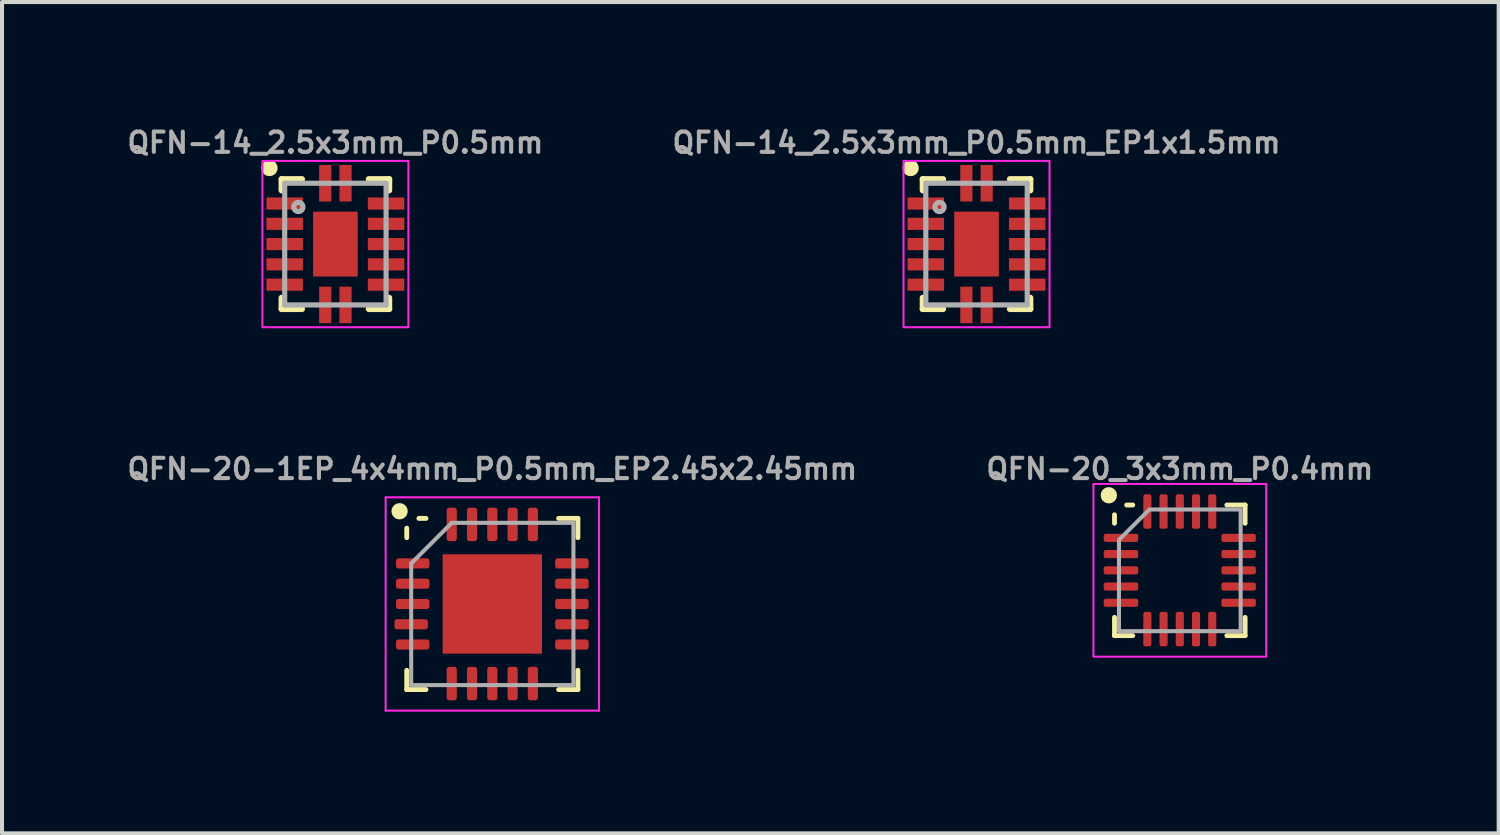
<source format=kicad_pcb>
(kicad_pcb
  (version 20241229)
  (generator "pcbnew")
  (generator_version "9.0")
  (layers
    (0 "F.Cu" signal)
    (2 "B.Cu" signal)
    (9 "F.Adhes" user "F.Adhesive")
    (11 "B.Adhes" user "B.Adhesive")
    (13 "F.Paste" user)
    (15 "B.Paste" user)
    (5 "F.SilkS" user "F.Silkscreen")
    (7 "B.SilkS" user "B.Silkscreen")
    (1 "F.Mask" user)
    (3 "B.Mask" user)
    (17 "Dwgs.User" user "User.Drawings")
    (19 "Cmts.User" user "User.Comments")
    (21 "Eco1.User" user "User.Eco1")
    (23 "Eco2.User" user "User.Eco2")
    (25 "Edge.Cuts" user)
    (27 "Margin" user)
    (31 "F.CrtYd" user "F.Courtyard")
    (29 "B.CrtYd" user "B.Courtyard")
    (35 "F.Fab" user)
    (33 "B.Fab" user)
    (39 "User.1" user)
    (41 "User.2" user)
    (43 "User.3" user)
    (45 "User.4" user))
  (footprint "QFN-14_2.5x3mm_P0.5mm_EP1x1.5mm"
    (layer "F.Cu")
    (at 21.026 2.968)
    (property "Reference" "QFN-14_2.5x3mm_P0.5mm_EP1x1.5mm" (at 0 -2.5 0) (layer "F.Fab") (effects (font (size 0.5 0.5) (thickness 0.1) (bold yes))))
    (attr smd)
    (fp_line (start -1.325 -1.6) (end -0.825 -1.6) (stroke (width 0.152) (type solid)) (layer "F.SilkS"))
    (fp_line (start -1.325 -1.325) (end -1.325 -1.6) (stroke (width 0.152) (type solid)) (layer "F.SilkS"))
    (fp_line (start -1.325 1.6) (end -1.325 1.325) (stroke (width 0.152) (type solid)) (layer "F.SilkS"))
    (fp_line (start -0.825 1.6) (end -1.325 1.6) (stroke (width 0.152) (type solid)) (layer "F.SilkS"))
    (fp_line (start 0.825 -1.6) (end 1.325 -1.6) (stroke (width 0.152) (type solid)) (layer "F.SilkS"))
    (fp_line (start 1.325 -1.6) (end 1.325 -1.325) (stroke (width 0.152) (type solid)) (layer "F.SilkS"))
    (fp_line (start 1.325 1.325) (end 1.325 1.6) (stroke (width 0.152) (type solid)) (layer "F.SilkS"))
    (fp_line (start 1.325 1.6) (end 0.825 1.6) (stroke (width 0.152) (type solid)) (layer "F.SilkS"))
    (fp_circle (center -1.625 -1.875) (end -1.725 -1.875) (stroke (width 0.2) (type solid)) (fill yes) (layer "F.SilkS"))
    (fp_poly (pts (xy -0.825 -0.875) (xy -0.825 -1.125) (xy -1.675 -1.125) (xy -1.675 -0.875)) (stroke (width 0) (type default)) (fill yes) (layer "F.Paste"))
    (fp_poly (pts (xy -0.825 -0.375) (xy -0.825 -0.625) (xy -1.675 -0.625) (xy -1.675 -0.375)) (stroke (width 0) (type default)) (fill yes) (layer "F.Paste"))
    (fp_poly (pts (xy -0.825 0.125) (xy -0.825 -0.125) (xy -1.675 -0.125) (xy -1.675 0.125)) (stroke (width 0) (type default)) (fill yes) (layer "F.Paste"))
    (fp_poly (pts (xy -0.825 0.625) (xy -0.825 0.375) (xy -1.675 0.375) (xy -1.675 0.625)) (stroke (width 0) (type default)) (fill yes) (layer "F.Paste"))
    (fp_poly (pts (xy -0.825 1.125) (xy -0.825 0.875) (xy -1.675 0.875) (xy -1.675 1.125)) (stroke (width 0) (type default)) (fill yes) (layer "F.Paste"))
    (fp_poly (pts (xy -0.2 -0.25) (xy -0.2 -0.7) (xy -0.45 -0.7) (xy -0.45 -0.25)) (stroke (width 0) (type default)) (fill yes) (layer "F.Paste"))
    (fp_poly (pts (xy -0.2 0.7) (xy -0.2 0.25) (xy -0.45 0.25) (xy -0.45 0.7)) (stroke (width 0) (type default)) (fill yes) (layer "F.Paste"))
    (fp_poly (pts (xy -0.125 -1.925) (xy -0.375 -1.925) (xy -0.375 -1.075) (xy -0.125 -1.075)) (stroke (width 0) (type default)) (fill yes) (layer "F.Paste"))
    (fp_poly (pts (xy -0.125 1.075) (xy -0.375 1.075) (xy -0.375 1.925) (xy -0.125 1.925)) (stroke (width 0) (type default)) (fill yes) (layer "F.Paste"))
    (fp_poly (pts (xy 0.375 -1.925) (xy 0.125 -1.925) (xy 0.125 -1.075) (xy 0.375 -1.075)) (stroke (width 0) (type default)) (fill yes) (layer "F.Paste"))
    (fp_poly (pts (xy 0.375 1.075) (xy 0.125 1.075) (xy 0.125 1.925) (xy 0.375 1.925)) (stroke (width 0) (type default)) (fill yes) (layer "F.Paste"))
    (fp_poly (pts (xy 0.45 -0.25) (xy 0.45 -0.7) (xy 0.2 -0.7) (xy 0.2 -0.25)) (stroke (width 0) (type default)) (fill yes) (layer "F.Paste"))
    (fp_poly (pts (xy 0.45 0.7) (xy 0.45 0.25) (xy 0.2 0.25) (xy 0.2 0.7)) (stroke (width 0) (type default)) (fill yes) (layer "F.Paste"))
    (fp_poly (pts (xy 0.825 -1.125) (xy 0.825 -0.875) (xy 1.675 -0.875) (xy 1.675 -1.125)) (stroke (width 0) (type default)) (fill yes) (layer "F.Paste"))
    (fp_poly (pts (xy 0.825 -0.625) (xy 0.825 -0.375) (xy 1.675 -0.375) (xy 1.675 -0.625)) (stroke (width 0) (type default)) (fill yes) (layer "F.Paste"))
    (fp_poly (pts (xy 0.825 -0.125) (xy 0.825 0.125) (xy 1.675 0.125) (xy 1.675 -0.125)) (stroke (width 0) (type default)) (fill yes) (layer "F.Paste"))
    (fp_poly (pts (xy 0.825 0.375) (xy 0.825 0.625) (xy 1.675 0.625) (xy 1.675 0.375)) (stroke (width 0) (type default)) (fill yes) (layer "F.Paste"))
    (fp_poly (pts (xy 0.825 0.875) (xy 0.825 1.125) (xy 1.675 1.125) (xy 1.675 0.875)) (stroke (width 0) (type default)) (fill yes) (layer "F.Paste"))
    (fp_rect (start -1.8 -2.05) (end 1.8 2.05) (stroke (width 0.05) (type default)) (fill no) (layer "F.CrtYd"))
    (fp_line (start -1.25 1.5) (end -1.25 -1.5) (stroke (width 0.127) (type solid)) (layer "F.Fab"))
    (fp_line (start -1.25 1.5) (end 1.25 1.5) (stroke (width 0.127) (type solid)) (layer "F.Fab"))
    (fp_line (start 1.25 -1.5) (end -1.25 -1.5) (stroke (width 0.127) (type solid)) (layer "F.Fab"))
    (fp_line (start 1.25 -1.5) (end 1.25 1.5) (stroke (width 0.127) (type solid)) (layer "F.Fab"))
    (fp_circle (center -0.913 -0.915) (end -0.863 -0.915) (stroke (width 0.127) (type solid)) (fill no) (layer "F.Fab"))
    (pad "1" smd rect (at -0.25 -1.5 270) (size 0.9 0.3) (layers "F.Cu" "F.Mask"))
    (pad "2" smd rect (at -1.25 -1 180) (size 0.9 0.3) (layers "F.Cu" "F.Mask"))
    (pad "3" smd rect (at -1.25 -0.5 180) (size 0.9 0.3) (layers "F.Cu" "F.Mask"))
    (pad "4" smd rect (at -1.25 0 180) (size 0.9 0.3) (layers "F.Cu" "F.Mask"))
    (pad "5" smd rect (at -1.25 0.5 180) (size 0.9 0.3) (layers "F.Cu" "F.Mask"))
    (pad "6" smd rect (at -1.25 1 180) (size 0.9 0.3) (layers "F.Cu" "F.Mask"))
    (pad "7" smd rect (at -0.25 1.5 90) (size 0.9 0.3) (layers "F.Cu" "F.Mask"))
    (pad "8" smd rect (at 0.25 1.5 90) (size 0.9 0.3) (layers "F.Cu" "F.Mask"))
    (pad "9" smd rect (at 1.25 1) (size 0.9 0.3) (layers "F.Cu" "F.Mask"))
    (pad "10" smd rect (at 1.25 0.5) (size 0.9 0.3) (layers "F.Cu" "F.Mask"))
    (pad "11" smd rect (at 1.25 0) (size 0.9 0.3) (layers "F.Cu" "F.Mask"))
    (pad "12" smd rect (at 1.25 -0.5) (size 0.9 0.3) (layers "F.Cu" "F.Mask"))
    (pad "13" smd rect (at 1.25 -1) (size 0.9 0.3) (layers "F.Cu" "F.Mask"))
    (pad "14" smd rect (at 0.25 -1.5 270) (size 0.9 0.3) (layers "F.Cu" "F.Mask"))
    (pad "EP" smd rect (at 0 0) (size 1.1 1.6) (layers "F.Cu" "F.Mask")))
  (footprint "QFN-20_3x3mm_P0.4mm"
    (layer "F.Cu")
    (at 26.038 11.011)
    (property "Reference" "QFN-20_3x3mm_P0.4mm" (at 0 -2.5 0) (unlocked yes) (layer "F.Fab") (effects (font (size 0.5 0.5) (thickness 0.1) (bold yes))))
    (attr smd)
    (fp_line (start -1.61 -1.16) (end -1.61 -1.37) (stroke (width 0.12) (type solid)) (layer "F.SilkS"))
    (fp_line (start -1.61 1.61) (end -1.61 1.16) (stroke (width 0.12) (type solid)) (layer "F.SilkS"))
    (fp_line (start -1.16 -1.61) (end -1.31 -1.61) (stroke (width 0.12) (type solid)) (layer "F.SilkS"))
    (fp_line (start -1.16 1.61) (end -1.61 1.61) (stroke (width 0.12) (type solid)) (layer "F.SilkS"))
    (fp_line (start 1.16 -1.61) (end 1.61 -1.61) (stroke (width 0.12) (type solid)) (layer "F.SilkS"))
    (fp_line (start 1.16 1.61) (end 1.61 1.61) (stroke (width 0.12) (type solid)) (layer "F.SilkS"))
    (fp_line (start 1.61 -1.61) (end 1.61 -1.16) (stroke (width 0.12) (type solid)) (layer "F.SilkS"))
    (fp_line (start 1.61 1.61) (end 1.61 1.16) (stroke (width 0.12) (type solid)) (layer "F.SilkS"))
    (fp_circle (center -1.75 -1.85) (end -1.85 -1.85) (stroke (width 0.2) (type solid)) (fill yes) (layer "F.SilkS"))
    (fp_rect (start -2.13 -2.13) (end 2.13 2.13) (stroke (width 0.05) (type solid)) (fill no) (layer "F.CrtYd"))
    (fp_poly (pts (xy -1.5 -0.75) (xy -1.5 1.5) (xy 1.5 1.5) (xy 1.5 -1.5) (xy -0.75 -1.5)) (stroke (width 0.1) (type solid)) (fill no) (layer "F.Fab"))
    (pad "1" smd roundrect (at -1.45 -0.8) (size 0.85 0.2) (layers "F.Cu" "F.Mask" "F.Paste") (roundrect_rratio 0.25))
    (pad "2" smd roundrect (at -1.45 -0.4) (size 0.85 0.2) (layers "F.Cu" "F.Mask" "F.Paste") (roundrect_rratio 0.25))
    (pad "3" smd roundrect (at -1.45 0) (size 0.85 0.2) (layers "F.Cu" "F.Mask" "F.Paste") (roundrect_rratio 0.25))
    (pad "4" smd roundrect (at -1.45 0.4) (size 0.85 0.2) (layers "F.Cu" "F.Mask" "F.Paste") (roundrect_rratio 0.25))
    (pad "5" smd roundrect (at -1.45 0.8) (size 0.85 0.2) (layers "F.Cu" "F.Mask" "F.Paste") (roundrect_rratio 0.25))
    (pad "6" smd roundrect (at -0.8 1.45) (size 0.2 0.85) (layers "F.Cu" "F.Mask" "F.Paste") (roundrect_rratio 0.25))
    (pad "7" smd roundrect (at -0.4 1.45) (size 0.2 0.85) (layers "F.Cu" "F.Mask" "F.Paste") (roundrect_rratio 0.25))
    (pad "8" smd roundrect (at 0 1.45) (size 0.2 0.85) (layers "F.Cu" "F.Mask" "F.Paste") (roundrect_rratio 0.25))
    (pad "9" smd roundrect (at 0.4 1.45) (size 0.2 0.85) (layers "F.Cu" "F.Mask" "F.Paste") (roundrect_rratio 0.25))
    (pad "10" smd roundrect (at 0.8 1.45) (size 0.2 0.85) (layers "F.Cu" "F.Mask" "F.Paste") (roundrect_rratio 0.25))
    (pad "11" smd roundrect (at 1.45 0.8) (size 0.85 0.2) (layers "F.Cu" "F.Mask" "F.Paste") (roundrect_rratio 0.25))
    (pad "12" smd roundrect (at 1.45 0.4) (size 0.85 0.2) (layers "F.Cu" "F.Mask" "F.Paste") (roundrect_rratio 0.25))
    (pad "13" smd roundrect (at 1.45 0) (size 0.85 0.2) (layers "F.Cu" "F.Mask" "F.Paste") (roundrect_rratio 0.25))
    (pad "14" smd roundrect (at 1.45 -0.4) (size 0.85 0.2) (layers "F.Cu" "F.Mask" "F.Paste") (roundrect_rratio 0.25))
    (pad "15" smd roundrect (at 1.45 -0.8) (size 0.85 0.2) (layers "F.Cu" "F.Mask" "F.Paste") (roundrect_rratio 0.25))
    (pad "16" smd roundrect (at 0.8 -1.45) (size 0.2 0.85) (layers "F.Cu" "F.Mask" "F.Paste") (roundrect_rratio 0.25))
    (pad "17" smd roundrect (at 0.4 -1.45) (size 0.2 0.85) (layers "F.Cu" "F.Mask" "F.Paste") (roundrect_rratio 0.25))
    (pad "18" smd roundrect (at 0 -1.45) (size 0.2 0.85) (layers "F.Cu" "F.Mask" "F.Paste") (roundrect_rratio 0.25))
    (pad "19" smd roundrect (at -0.4 -1.45) (size 0.2 0.85) (layers "F.Cu" "F.Mask" "F.Paste") (roundrect_rratio 0.25))
    (pad "20" smd roundrect (at -0.8 -1.45) (size 0.2 0.85) (layers "F.Cu" "F.Mask" "F.Paste") (roundrect_rratio 0.25)))
  (footprint "QFN-14_2.5x3mm_P0.5mm"
    (layer "F.Cu")
    (at 5.219 2.968)
    (property "Reference" "QFN-14_2.5x3mm_P0.5mm" (at 0 -2.5 0) (layer "F.Fab") (effects (font (size 0.5 0.5) (thickness 0.1) (bold yes))))
    (attr smd)
    (fp_line (start -1.325 -1.6) (end -0.825 -1.6) (stroke (width 0.152) (type solid)) (layer "F.SilkS"))
    (fp_line (start -1.325 -1.325) (end -1.325 -1.6) (stroke (width 0.152) (type solid)) (layer "F.SilkS"))
    (fp_line (start -1.325 1.6) (end -1.325 1.325) (stroke (width 0.152) (type solid)) (layer "F.SilkS"))
    (fp_line (start -0.825 1.6) (end -1.325 1.6) (stroke (width 0.152) (type solid)) (layer "F.SilkS"))
    (fp_line (start 0.825 -1.6) (end 1.325 -1.6) (stroke (width 0.152) (type solid)) (layer "F.SilkS"))
    (fp_line (start 1.325 -1.6) (end 1.325 -1.325) (stroke (width 0.152) (type solid)) (layer "F.SilkS"))
    (fp_line (start 1.325 1.325) (end 1.325 1.6) (stroke (width 0.152) (type solid)) (layer "F.SilkS"))
    (fp_line (start 1.325 1.6) (end 0.825 1.6) (stroke (width 0.152) (type solid)) (layer "F.SilkS"))
    (fp_circle (center -1.625 -1.875) (end -1.725 -1.875) (stroke (width 0.2) (type solid)) (fill yes) (layer "F.SilkS"))
    (fp_poly (pts (xy -0.825 -0.875) (xy -0.825 -1.125) (xy -1.675 -1.125) (xy -1.675 -0.875)) (stroke (width 0) (type default)) (fill yes) (layer "F.Paste"))
    (fp_poly (pts (xy -0.825 -0.375) (xy -0.825 -0.625) (xy -1.675 -0.625) (xy -1.675 -0.375)) (stroke (width 0) (type default)) (fill yes) (layer "F.Paste"))
    (fp_poly (pts (xy -0.825 0.125) (xy -0.825 -0.125) (xy -1.675 -0.125) (xy -1.675 0.125)) (stroke (width 0) (type default)) (fill yes) (layer "F.Paste"))
    (fp_poly (pts (xy -0.825 0.625) (xy -0.825 0.375) (xy -1.675 0.375) (xy -1.675 0.625)) (stroke (width 0) (type default)) (fill yes) (layer "F.Paste"))
    (fp_poly (pts (xy -0.825 1.125) (xy -0.825 0.875) (xy -1.675 0.875) (xy -1.675 1.125)) (stroke (width 0) (type default)) (fill yes) (layer "F.Paste"))
    (fp_poly (pts (xy -0.2 -0.25) (xy -0.2 -0.7) (xy -0.45 -0.7) (xy -0.45 -0.25)) (stroke (width 0) (type default)) (fill yes) (layer "F.Paste"))
    (fp_poly (pts (xy -0.2 0.7) (xy -0.2 0.25) (xy -0.45 0.25) (xy -0.45 0.7)) (stroke (width 0) (type default)) (fill yes) (layer "F.Paste"))
    (fp_poly (pts (xy -0.125 -1.925) (xy -0.375 -1.925) (xy -0.375 -1.075) (xy -0.125 -1.075)) (stroke (width 0) (type default)) (fill yes) (layer "F.Paste"))
    (fp_poly (pts (xy -0.125 1.075) (xy -0.375 1.075) (xy -0.375 1.925) (xy -0.125 1.925)) (stroke (width 0) (type default)) (fill yes) (layer "F.Paste"))
    (fp_poly (pts (xy 0.375 -1.925) (xy 0.125 -1.925) (xy 0.125 -1.075) (xy 0.375 -1.075)) (stroke (width 0) (type default)) (fill yes) (layer "F.Paste"))
    (fp_poly (pts (xy 0.375 1.075) (xy 0.125 1.075) (xy 0.125 1.925) (xy 0.375 1.925)) (stroke (width 0) (type default)) (fill yes) (layer "F.Paste"))
    (fp_poly (pts (xy 0.45 -0.25) (xy 0.45 -0.7) (xy 0.2 -0.7) (xy 0.2 -0.25)) (stroke (width 0) (type default)) (fill yes) (layer "F.Paste"))
    (fp_poly (pts (xy 0.45 0.7) (xy 0.45 0.25) (xy 0.2 0.25) (xy 0.2 0.7)) (stroke (width 0) (type default)) (fill yes) (layer "F.Paste"))
    (fp_poly (pts (xy 0.825 -1.125) (xy 0.825 -0.875) (xy 1.675 -0.875) (xy 1.675 -1.125)) (stroke (width 0) (type default)) (fill yes) (layer "F.Paste"))
    (fp_poly (pts (xy 0.825 -0.625) (xy 0.825 -0.375) (xy 1.675 -0.375) (xy 1.675 -0.625)) (stroke (width 0) (type default)) (fill yes) (layer "F.Paste"))
    (fp_poly (pts (xy 0.825 -0.125) (xy 0.825 0.125) (xy 1.675 0.125) (xy 1.675 -0.125)) (stroke (width 0) (type default)) (fill yes) (layer "F.Paste"))
    (fp_poly (pts (xy 0.825 0.375) (xy 0.825 0.625) (xy 1.675 0.625) (xy 1.675 0.375)) (stroke (width 0) (type default)) (fill yes) (layer "F.Paste"))
    (fp_poly (pts (xy 0.825 0.875) (xy 0.825 1.125) (xy 1.675 1.125) (xy 1.675 0.875)) (stroke (width 0) (type default)) (fill yes) (layer "F.Paste"))
    (fp_rect (start -1.8 -2.05) (end 1.8 2.05) (stroke (width 0.05) (type default)) (fill no) (layer "F.CrtYd"))
    (fp_line (start -1.25 1.5) (end -1.25 -1.5) (stroke (width 0.127) (type solid)) (layer "F.Fab"))
    (fp_line (start -1.25 1.5) (end 1.25 1.5) (stroke (width 0.127) (type solid)) (layer "F.Fab"))
    (fp_line (start 1.25 -1.5) (end -1.25 -1.5) (stroke (width 0.127) (type solid)) (layer "F.Fab"))
    (fp_line (start 1.25 -1.5) (end 1.25 1.5) (stroke (width 0.127) (type solid)) (layer "F.Fab"))
    (fp_circle (center -0.913 -0.915) (end -0.863 -0.915) (stroke (width 0.127) (type solid)) (fill no) (layer "F.Fab"))
    (pad "1" smd rect (at -0.25 -1.5 270) (size 0.9 0.3) (layers "F.Cu" "F.Mask"))
    (pad "2" smd rect (at -1.25 -1 180) (size 0.9 0.3) (layers "F.Cu" "F.Mask"))
    (pad "3" smd rect (at -1.25 -0.5 180) (size 0.9 0.3) (layers "F.Cu" "F.Mask"))
    (pad "4" smd rect (at -1.25 0 180) (size 0.9 0.3) (layers "F.Cu" "F.Mask"))
    (pad "5" smd rect (at -1.25 0.5 180) (size 0.9 0.3) (layers "F.Cu" "F.Mask"))
    (pad "6" smd rect (at -1.25 1 180) (size 0.9 0.3) (layers "F.Cu" "F.Mask"))
    (pad "7" smd rect (at -0.25 1.5 90) (size 0.9 0.3) (layers "F.Cu" "F.Mask"))
    (pad "8" smd rect (at 0.25 1.5 90) (size 0.9 0.3) (layers "F.Cu" "F.Mask"))
    (pad "9" smd rect (at 1.25 1) (size 0.9 0.3) (layers "F.Cu" "F.Mask"))
    (pad "10" smd rect (at 1.25 0.5) (size 0.9 0.3) (layers "F.Cu" "F.Mask"))
    (pad "11" smd rect (at 1.25 0) (size 0.9 0.3) (layers "F.Cu" "F.Mask"))
    (pad "12" smd rect (at 1.25 -0.5) (size 0.9 0.3) (layers "F.Cu" "F.Mask"))
    (pad "13" smd rect (at 1.25 -1) (size 0.9 0.3) (layers "F.Cu" "F.Mask"))
    (pad "14" smd rect (at 0.25 -1.5 270) (size 0.9 0.3) (layers "F.Cu" "F.Mask"))
    (pad "EP" smd rect (at 0 0) (size 1.1 1.6) (layers "F.Cu" "F.Mask")))
  (footprint "QFN-20-1EP_4x4mm_P0.5mm_EP2.45x2.45mm"
    (layer "F.Cu")
    (at 9.088 11.841)
    (property "Reference" "QFN-20-1EP_4x4mm_P0.5mm_EP2.45x2.45mm" (at 0 -3.33 0) (layer "F.Fab") (effects (font (size 0.5 0.5) (thickness 0.1))))
    (attr smd)
    (fp_line (start -2.11 -1.635) (end -2.11 -1.87) (stroke (width 0.12) (type solid)) (layer "F.SilkS"))
    (fp_line (start -2.11 2.11) (end -2.11 1.635) (stroke (width 0.12) (type solid)) (layer "F.SilkS"))
    (fp_line (start -1.635 -2.11) (end -1.81 -2.11) (stroke (width 0.12) (type solid)) (layer "F.SilkS"))
    (fp_line (start -1.635 2.11) (end -2.11 2.11) (stroke (width 0.12) (type solid)) (layer "F.SilkS"))
    (fp_line (start 1.635 -2.11) (end 2.11 -2.11) (stroke (width 0.12) (type solid)) (layer "F.SilkS"))
    (fp_line (start 1.635 2.11) (end 2.11 2.11) (stroke (width 0.12) (type solid)) (layer "F.SilkS"))
    (fp_line (start 2.11 -2.11) (end 2.11 -1.635) (stroke (width 0.12) (type solid)) (layer "F.SilkS"))
    (fp_line (start 2.11 2.11) (end 2.11 1.635) (stroke (width 0.12) (type solid)) (layer "F.SilkS"))
    (fp_circle (center -2.286 -2.286) (end -2.386 -2.286) (stroke (width 0.2) (type solid)) (fill yes) (layer "F.SilkS"))
    (fp_line (start -2.63 -2.63) (end -2.63 2.63) (stroke (width 0.05) (type solid)) (layer "F.CrtYd"))
    (fp_line (start -2.63 2.63) (end 2.63 2.63) (stroke (width 0.05) (type solid)) (layer "F.CrtYd"))
    (fp_line (start 2.63 -2.63) (end -2.63 -2.63) (stroke (width 0.05) (type solid)) (layer "F.CrtYd"))
    (fp_line (start 2.63 2.63) (end 2.63 -2.63) (stroke (width 0.05) (type solid)) (layer "F.CrtYd"))
    (fp_line (start -2 -1) (end -1 -2) (stroke (width 0.1) (type solid)) (layer "F.Fab"))
    (fp_line (start -2 2) (end -2 -1) (stroke (width 0.1) (type solid)) (layer "F.Fab"))
    (fp_line (start -1 -2) (end 2 -2) (stroke (width 0.1) (type solid)) (layer "F.Fab"))
    (fp_line (start 2 -2) (end 2 2) (stroke (width 0.1) (type solid)) (layer "F.Fab"))
    (fp_line (start 2 2) (end -2 2) (stroke (width 0.1) (type solid)) (layer "F.Fab"))
    (pad "" smd roundrect (at -0.565 -0.565) (size 0.87 0.87) (layers "F.Paste") (roundrect_rratio 0.229))
    (pad "" smd roundrect (at -0.565 0.565) (size 0.87 0.87) (layers "F.Paste") (roundrect_rratio 0.229))
    (pad "" smd roundrect (at 0.565 -0.565) (size 0.87 0.87) (layers "F.Paste") (roundrect_rratio 0.229))
    (pad "" smd roundrect (at 0.565 0.565) (size 0.87 0.87) (layers "F.Paste") (roundrect_rratio 0.229))
    (pad "1" smd roundrect (at -1.962 -1) (size 0.825 0.25) (layers "F.Cu" "F.Mask" "F.Paste") (roundrect_rratio 0.25))
    (pad "2" smd roundrect (at -1.962 -0.5) (size 0.825 0.25) (layers "F.Cu" "F.Mask" "F.Paste") (roundrect_rratio 0.25))
    (pad "3" smd roundrect (at -1.962 0) (size 0.825 0.25) (layers "F.Cu" "F.Mask" "F.Paste") (roundrect_rratio 0.25))
    (pad "4" smd roundrect (at -2 0.5) (size 0.825 0.25) (layers "F.Cu" "F.Mask" "F.Paste") (roundrect_rratio 0.25))
    (pad "5" smd roundrect (at -1.962 1) (size 0.825 0.25) (layers "F.Cu" "F.Mask" "F.Paste") (roundrect_rratio 0.25))
    (pad "6" smd roundrect (at -1 1.962) (size 0.25 0.825) (layers "F.Cu" "F.Mask" "F.Paste") (roundrect_rratio 0.25))
    (pad "7" smd roundrect (at -0.5 1.962) (size 0.25 0.825) (layers "F.Cu" "F.Mask" "F.Paste") (roundrect_rratio 0.25))
    (pad "8" smd roundrect (at 0 1.962) (size 0.25 0.825) (layers "F.Cu" "F.Mask" "F.Paste") (roundrect_rratio 0.25))
    (pad "9" smd roundrect (at 0.5 1.962) (size 0.25 0.825) (layers "F.Cu" "F.Mask" "F.Paste") (roundrect_rratio 0.25))
    (pad "10" smd roundrect (at 1 1.962) (size 0.25 0.825) (layers "F.Cu" "F.Mask" "F.Paste") (roundrect_rratio 0.25))
    (pad "11" smd roundrect (at 1.962 1) (size 0.825 0.25) (layers "F.Cu" "F.Mask" "F.Paste") (roundrect_rratio 0.25))
    (pad "12" smd roundrect (at 1.962 0.5) (size 0.825 0.25) (layers "F.Cu" "F.Mask" "F.Paste") (roundrect_rratio 0.25))
    (pad "13" smd roundrect (at 1.962 0) (size 0.825 0.25) (layers "F.Cu" "F.Mask" "F.Paste") (roundrect_rratio 0.25))
    (pad "14" smd roundrect (at 1.962 -0.5) (size 0.825 0.25) (layers "F.Cu" "F.Mask" "F.Paste") (roundrect_rratio 0.25))
    (pad "15" smd roundrect (at 1.962 -1) (size 0.825 0.25) (layers "F.Cu" "F.Mask" "F.Paste") (roundrect_rratio 0.25))
    (pad "16" smd roundrect (at 1 -1.962) (size 0.25 0.825) (layers "F.Cu" "F.Mask" "F.Paste") (roundrect_rratio 0.25))
    (pad "17" smd roundrect (at 0.5 -1.962) (size 0.25 0.825) (layers "F.Cu" "F.Mask" "F.Paste") (roundrect_rratio 0.25))
    (pad "18" smd roundrect (at 0 -1.962) (size 0.25 0.825) (layers "F.Cu" "F.Mask" "F.Paste") (roundrect_rratio 0.25))
    (pad "19" smd roundrect (at -0.5 -1.962) (size 0.25 0.825) (layers "F.Cu" "F.Mask" "F.Paste") (roundrect_rratio 0.25))
    (pad "20" smd roundrect (at -1 -1.962) (size 0.25 0.825) (layers "F.Cu" "F.Mask" "F.Paste") (roundrect_rratio 0.25))
    (pad "21" smd rect (at 0 0) (size 2.45 2.45) (property pad_prop_heatsink) (layers "F.Cu" "F.Mask")))
  (gr_rect
    (start -3 -3)
    (end 33.9 17.496)
    (stroke (width 0.1) (type default))
    (fill no)
    (layer "Edge.Cuts")))
</source>
